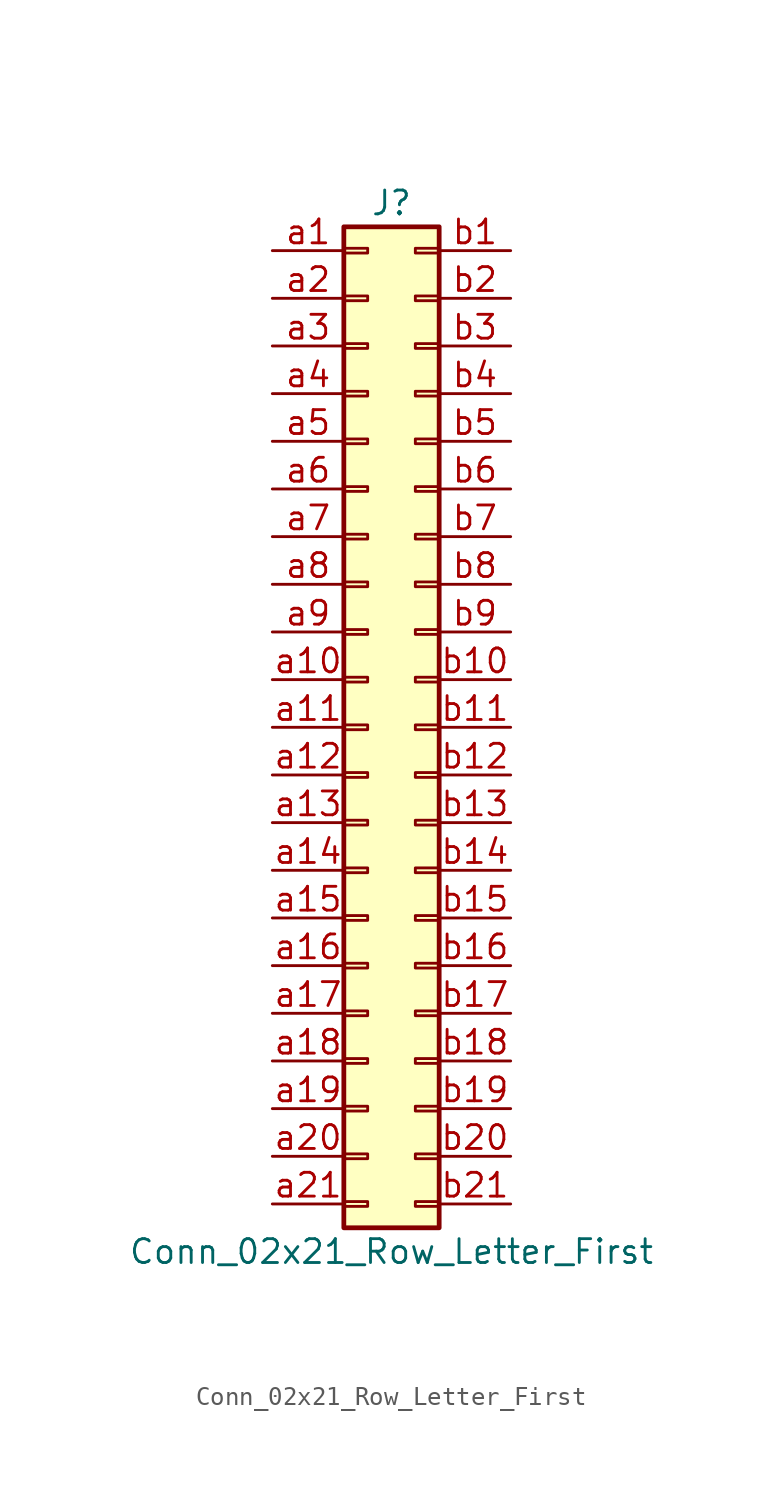
<source format=kicad_sym>
(kicad_symbol_lib
  (version 20201005)
  (generator kicad_symbol_editor)
  (symbol "Conn_02x21_Row_Letter_First"
    (pin_names
      (offset 1.016) hide)
    (property "Reference" "J"
      (at 1.27 27.94 0)
      (effects (font (size 1.27 1.27))))
    (property "Value" "Conn_02x21_Row_Letter_First"
      (at 1.27 -27.94 0)
      (effects (font (size 1.27 1.27))))
    (symbol "Conn_02x21_Row_Letter_First_1_1"
      (rectangle (start -1.27 -25.273) (end 0 -25.527) (stroke (width 0.152)) (fill (type none)))
      (rectangle (start -1.27 -22.733) (end 0 -22.987) (stroke (width 0.152)) (fill (type none)))
      (rectangle (start -1.27 -20.193) (end 0 -20.447) (stroke (width 0.152)) (fill (type none)))
      (rectangle (start -1.27 -17.653) (end 0 -17.907) (stroke (width 0.152)) (fill (type none)))
      (rectangle (start -1.27 -15.113) (end 0 -15.367) (stroke (width 0.152)) (fill (type none)))
      (rectangle (start -1.27 -12.573) (end 0 -12.827) (stroke (width 0.152)) (fill (type none)))
      (rectangle (start -1.27 -10.033) (end 0 -10.287) (stroke (width 0.152)) (fill (type none)))
      (rectangle (start -1.27 -7.493) (end 0 -7.747) (stroke (width 0.152)) (fill (type none)))
      (rectangle (start -1.27 -4.953) (end 0 -5.207) (stroke (width 0.152)) (fill (type none)))
      (rectangle (start -1.27 -2.413) (end 0 -2.667) (stroke (width 0.152)) (fill (type none)))
      (rectangle (start -1.27 0.127) (end 0 -0.127) (stroke (width 0.152)) (fill (type none)))
      (rectangle (start -1.27 2.667) (end 0 2.413) (stroke (width 0.152)) (fill (type none)))
      (rectangle (start -1.27 5.207) (end 0 4.953) (stroke (width 0.152)) (fill (type none)))
      (rectangle (start -1.27 7.747) (end 0 7.493) (stroke (width 0.152)) (fill (type none)))
      (rectangle (start -1.27 10.287) (end 0 10.033) (stroke (width 0.152)) (fill (type none)))
      (rectangle (start -1.27 12.827) (end 0 12.573) (stroke (width 0.152)) (fill (type none)))
      (rectangle (start -1.27 15.367) (end 0 15.113) (stroke (width 0.152)) (fill (type none)))
      (rectangle (start -1.27 17.907) (end 0 17.653) (stroke (width 0.152)) (fill (type none)))
      (rectangle (start -1.27 20.447) (end 0 20.193) (stroke (width 0.152)) (fill (type none)))
      (rectangle (start -1.27 22.987) (end 0 22.733) (stroke (width 0.152)) (fill (type none)))
      (rectangle (start -1.27 25.527) (end 0 25.273) (stroke (width 0.152)) (fill (type none)))
      (rectangle (start -1.27 26.67) (end 3.81 -26.67) (stroke (width 0.254)) (fill (type background)))
      (rectangle (start 3.81 -25.273) (end 2.54 -25.527) (stroke (width 0.152)) (fill (type none)))
      (rectangle (start 3.81 -22.733) (end 2.54 -22.987) (stroke (width 0.152)) (fill (type none)))
      (rectangle (start 3.81 -20.193) (end 2.54 -20.447) (stroke (width 0.152)) (fill (type none)))
      (rectangle (start 3.81 -17.653) (end 2.54 -17.907) (stroke (width 0.152)) (fill (type none)))
      (rectangle (start 3.81 -15.113) (end 2.54 -15.367) (stroke (width 0.152)) (fill (type none)))
      (rectangle (start 3.81 -12.573) (end 2.54 -12.827) (stroke (width 0.152)) (fill (type none)))
      (rectangle (start 3.81 -10.033) (end 2.54 -10.287) (stroke (width 0.152)) (fill (type none)))
      (rectangle (start 3.81 -7.493) (end 2.54 -7.747) (stroke (width 0.152)) (fill (type none)))
      (rectangle (start 3.81 -4.953) (end 2.54 -5.207) (stroke (width 0.152)) (fill (type none)))
      (rectangle (start 3.81 -2.413) (end 2.54 -2.667) (stroke (width 0.152)) (fill (type none)))
      (rectangle (start 3.81 0.127) (end 2.54 -0.127) (stroke (width 0.152)) (fill (type none)))
      (rectangle (start 3.81 2.667) (end 2.54 2.413) (stroke (width 0.152)) (fill (type none)))
      (rectangle (start 3.81 5.207) (end 2.54 4.953) (stroke (width 0.152)) (fill (type none)))
      (rectangle (start 3.81 7.747) (end 2.54 7.493) (stroke (width 0.152)) (fill (type none)))
      (rectangle (start 3.81 10.287) (end 2.54 10.033) (stroke (width 0.152)) (fill (type none)))
      (rectangle (start 3.81 12.827) (end 2.54 12.573) (stroke (width 0.152)) (fill (type none)))
      (rectangle (start 3.81 15.367) (end 2.54 15.113) (stroke (width 0.152)) (fill (type none)))
      (rectangle (start 3.81 17.907) (end 2.54 17.653) (stroke (width 0.152)) (fill (type none)))
      (rectangle (start 3.81 20.447) (end 2.54 20.193) (stroke (width 0.152)) (fill (type none)))
      (rectangle (start 3.81 22.987) (end 2.54 22.733) (stroke (width 0.152)) (fill (type none)))
      (rectangle (start 3.81 25.527) (end 2.54 25.273) (stroke (width 0.152)) (fill (type none)))
      (pin passive line (at -5.08 25.4 0) (length 3.81) (name "Pin_a1" (effects (font (size 1.27 1.27)))) (number "a1" (effects (font (size 1.27 1.27)))))
      (pin passive line (at -5.08 2.54 0) (length 3.81) (name "Pin_a10" (effects (font (size 1.27 1.27)))) (number "a10" (effects (font (size 1.27 1.27)))))
      (pin passive line (at -5.08 0 0) (length 3.81) (name "Pin_a11" (effects (font (size 1.27 1.27)))) (number "a11" (effects (font (size 1.27 1.27)))))
      (pin passive line (at -5.08 -2.54 0) (length 3.81) (name "Pin_a12" (effects (font (size 1.27 1.27)))) (number "a12" (effects (font (size 1.27 1.27)))))
      (pin passive line (at -5.08 -5.08 0) (length 3.81) (name "Pin_a13" (effects (font (size 1.27 1.27)))) (number "a13" (effects (font (size 1.27 1.27)))))
      (pin passive line (at -5.08 -7.62 0) (length 3.81) (name "Pin_a14" (effects (font (size 1.27 1.27)))) (number "a14" (effects (font (size 1.27 1.27)))))
      (pin passive line (at -5.08 -10.16 0) (length 3.81) (name "Pin_a15" (effects (font (size 1.27 1.27)))) (number "a15" (effects (font (size 1.27 1.27)))))
      (pin passive line (at -5.08 -12.7 0) (length 3.81) (name "Pin_a16" (effects (font (size 1.27 1.27)))) (number "a16" (effects (font (size 1.27 1.27)))))
      (pin passive line (at -5.08 -15.24 0) (length 3.81) (name "Pin_a17" (effects (font (size 1.27 1.27)))) (number "a17" (effects (font (size 1.27 1.27)))))
      (pin passive line (at -5.08 -17.78 0) (length 3.81) (name "Pin_a18" (effects (font (size 1.27 1.27)))) (number "a18" (effects (font (size 1.27 1.27)))))
      (pin passive line (at -5.08 -20.32 0) (length 3.81) (name "Pin_a19" (effects (font (size 1.27 1.27)))) (number "a19" (effects (font (size 1.27 1.27)))))
      (pin passive line (at -5.08 22.86 0) (length 3.81) (name "Pin_a2" (effects (font (size 1.27 1.27)))) (number "a2" (effects (font (size 1.27 1.27)))))
      (pin passive line (at -5.08 -22.86 0) (length 3.81) (name "Pin_a20" (effects (font (size 1.27 1.27)))) (number "a20" (effects (font (size 1.27 1.27)))))
      (pin passive line (at -5.08 -25.4 0) (length 3.81) (name "Pin_a21" (effects (font (size 1.27 1.27)))) (number "a21" (effects (font (size 1.27 1.27)))))
      (pin passive line (at -5.08 20.32 0) (length 3.81) (name "Pin_a3" (effects (font (size 1.27 1.27)))) (number "a3" (effects (font (size 1.27 1.27)))))
      (pin passive line (at -5.08 17.78 0) (length 3.81) (name "Pin_a4" (effects (font (size 1.27 1.27)))) (number "a4" (effects (font (size 1.27 1.27)))))
      (pin passive line (at -5.08 15.24 0) (length 3.81) (name "Pin_a5" (effects (font (size 1.27 1.27)))) (number "a5" (effects (font (size 1.27 1.27)))))
      (pin passive line (at -5.08 12.7 0) (length 3.81) (name "Pin_a6" (effects (font (size 1.27 1.27)))) (number "a6" (effects (font (size 1.27 1.27)))))
      (pin passive line (at -5.08 10.16 0) (length 3.81) (name "Pin_a7" (effects (font (size 1.27 1.27)))) (number "a7" (effects (font (size 1.27 1.27)))))
      (pin passive line (at -5.08 7.62 0) (length 3.81) (name "Pin_a8" (effects (font (size 1.27 1.27)))) (number "a8" (effects (font (size 1.27 1.27)))))
      (pin passive line (at -5.08 5.08 0) (length 3.81) (name "Pin_a9" (effects (font (size 1.27 1.27)))) (number "a9" (effects (font (size 1.27 1.27)))))
      (pin passive line (at 7.62 25.4 180) (length 3.81) (name "Pin_b1" (effects (font (size 1.27 1.27)))) (number "b1" (effects (font (size 1.27 1.27)))))
      (pin passive line (at 7.62 2.54 180) (length 3.81) (name "Pin_b10" (effects (font (size 1.27 1.27)))) (number "b10" (effects (font (size 1.27 1.27)))))
      (pin passive line (at 7.62 0 180) (length 3.81) (name "Pin_b11" (effects (font (size 1.27 1.27)))) (number "b11" (effects (font (size 1.27 1.27)))))
      (pin passive line (at 7.62 -2.54 180) (length 3.81) (name "Pin_b12" (effects (font (size 1.27 1.27)))) (number "b12" (effects (font (size 1.27 1.27)))))
      (pin passive line (at 7.62 -5.08 180) (length 3.81) (name "Pin_b13" (effects (font (size 1.27 1.27)))) (number "b13" (effects (font (size 1.27 1.27)))))
      (pin passive line (at 7.62 -7.62 180) (length 3.81) (name "Pin_b14" (effects (font (size 1.27 1.27)))) (number "b14" (effects (font (size 1.27 1.27)))))
      (pin passive line (at 7.62 -10.16 180) (length 3.81) (name "Pin_b15" (effects (font (size 1.27 1.27)))) (number "b15" (effects (font (size 1.27 1.27)))))
      (pin passive line (at 7.62 -12.7 180) (length 3.81) (name "Pin_b16" (effects (font (size 1.27 1.27)))) (number "b16" (effects (font (size 1.27 1.27)))))
      (pin passive line (at 7.62 -15.24 180) (length 3.81) (name "Pin_b17" (effects (font (size 1.27 1.27)))) (number "b17" (effects (font (size 1.27 1.27)))))
      (pin passive line (at 7.62 -17.78 180) (length 3.81) (name "Pin_b18" (effects (font (size 1.27 1.27)))) (number "b18" (effects (font (size 1.27 1.27)))))
      (pin passive line (at 7.62 -20.32 180) (length 3.81) (name "Pin_b19" (effects (font (size 1.27 1.27)))) (number "b19" (effects (font (size 1.27 1.27)))))
      (pin passive line (at 7.62 22.86 180) (length 3.81) (name "Pin_b2" (effects (font (size 1.27 1.27)))) (number "b2" (effects (font (size 1.27 1.27)))))
      (pin passive line (at 7.62 -22.86 180) (length 3.81) (name "Pin_b20" (effects (font (size 1.27 1.27)))) (number "b20" (effects (font (size 1.27 1.27)))))
      (pin passive line (at 7.62 -25.4 180) (length 3.81) (name "Pin_b21" (effects (font (size 1.27 1.27)))) (number "b21" (effects (font (size 1.27 1.27)))))
      (pin passive line (at 7.62 20.32 180) (length 3.81) (name "Pin_b3" (effects (font (size 1.27 1.27)))) (number "b3" (effects (font (size 1.27 1.27)))))
      (pin passive line (at 7.62 17.78 180) (length 3.81) (name "Pin_b4" (effects (font (size 1.27 1.27)))) (number "b4" (effects (font (size 1.27 1.27)))))
      (pin passive line (at 7.62 15.24 180) (length 3.81) (name "Pin_b5" (effects (font (size 1.27 1.27)))) (number "b5" (effects (font (size 1.27 1.27)))))
      (pin passive line (at 7.62 12.7 180) (length 3.81) (name "Pin_b6" (effects (font (size 1.27 1.27)))) (number "b6" (effects (font (size 1.27 1.27)))))
      (pin passive line (at 7.62 10.16 180) (length 3.81) (name "Pin_b7" (effects (font (size 1.27 1.27)))) (number "b7" (effects (font (size 1.27 1.27)))))
      (pin passive line (at 7.62 7.62 180) (length 3.81) (name "Pin_b8" (effects (font (size 1.27 1.27)))) (number "b8" (effects (font (size 1.27 1.27)))))
      (pin passive line (at 7.62 5.08 180) (length 3.81) (name "Pin_b9" (effects (font (size 1.27 1.27)))) (number "b9" (effects (font (size 1.27 1.27))))))))
</source>
